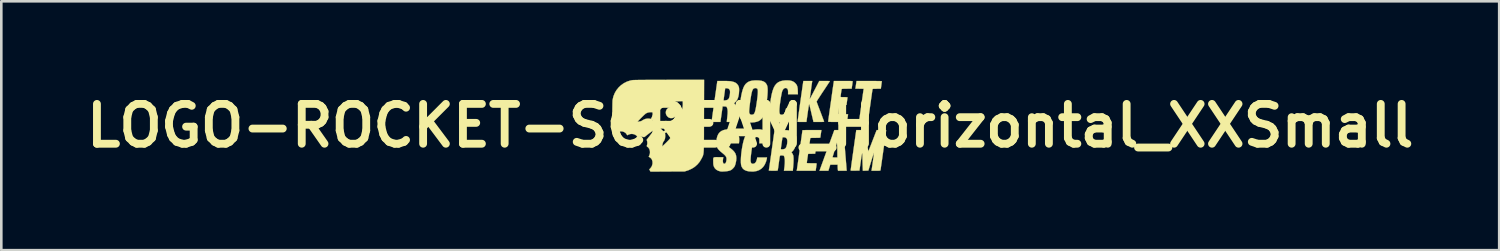
<source format=kicad_pcb>
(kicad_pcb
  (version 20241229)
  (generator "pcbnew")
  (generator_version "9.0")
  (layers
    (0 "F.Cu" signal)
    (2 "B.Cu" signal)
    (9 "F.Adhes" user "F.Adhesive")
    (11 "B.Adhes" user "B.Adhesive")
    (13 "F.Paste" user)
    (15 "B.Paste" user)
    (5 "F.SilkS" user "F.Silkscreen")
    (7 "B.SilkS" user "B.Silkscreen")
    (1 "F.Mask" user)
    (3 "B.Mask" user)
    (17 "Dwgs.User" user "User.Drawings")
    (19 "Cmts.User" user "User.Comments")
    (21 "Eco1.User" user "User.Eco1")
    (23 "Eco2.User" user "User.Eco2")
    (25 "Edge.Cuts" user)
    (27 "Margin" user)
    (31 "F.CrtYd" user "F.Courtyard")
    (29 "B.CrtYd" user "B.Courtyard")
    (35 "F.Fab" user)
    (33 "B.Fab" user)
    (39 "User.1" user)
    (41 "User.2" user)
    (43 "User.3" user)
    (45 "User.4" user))
  (footprint "LOGO-ROCKET-SCREAM_Horizontal_XXSmall"
    (layer "F.Cu")
    (at 25.661 1.761)
    (property "Reference" "LOGO-ROCKET-SCREAM_Horizontal_XXSmall" (at 0 0 0) (layer "F.SilkS") (effects (font (size 1.524 1.524) (thickness 0.3))))
    (attr through_hole)
    (fp_poly (pts (xy -2.985 -0.715) (xy -2.921 -0.696) (xy -2.918 -0.694) (xy -2.868 -0.659) (xy -2.832 -0.61) (xy -2.81 -0.553) (xy -2.805 -0.492) (xy -2.816 -0.432) (xy -2.844 -0.378) (xy -2.852 -0.368) (xy -2.907 -0.322) (xy -2.969 -0.295) (xy -3.037 -0.29) (xy -3.09 -0.3) (xy -3.132 -0.321) (xy -3.173 -0.358) (xy -3.206 -0.403) (xy -3.224 -0.444) (xy -3.232 -0.51) (xy -3.222 -0.57) (xy -3.195 -0.624) (xy -3.155 -0.667) (xy -3.104 -0.698) (xy -3.047 -0.715) (xy -2.985 -0.715)) (stroke (width 0.01) (type solid)) (fill yes) (layer "F.SilkS"))
    (fp_poly (pts (xy 4.653 -1.712) (xy 4.747 -1.711) (xy 4.831 -1.71) (xy 4.904 -1.709) (xy 4.963 -1.708) (xy 5.006 -1.706) (xy 5.031 -1.705) (xy 5.036 -1.703) (xy 5.035 -1.69) (xy 5.031 -1.659) (xy 5.025 -1.615) (xy 5.018 -1.562) (xy 5.017 -1.554) (xy 4.998 -1.414) (xy 4.842 -1.414) (xy 4.78 -1.413) (xy 4.737 -1.413) (xy 4.709 -1.411) (xy 4.692 -1.407) (xy 4.684 -1.401) (xy 4.68 -1.393) (xy 4.679 -1.389) (xy 4.676 -1.373) (xy 4.671 -1.338) (xy 4.663 -1.285) (xy 4.653 -1.217) (xy 4.642 -1.135) (xy 4.628 -1.041) (xy 4.614 -0.938) (xy 4.598 -0.827) (xy 4.588 -0.754) (xy 4.502 -0.144) (xy 4.333 -0.144) (xy 4.274 -0.144) (xy 4.225 -0.145) (xy 4.188 -0.147) (xy 4.167 -0.15) (xy 4.163 -0.152) (xy 4.165 -0.164) (xy 4.169 -0.196) (xy 4.176 -0.245) (xy 4.185 -0.309) (xy 4.195 -0.384) (xy 4.207 -0.47) (xy 4.22 -0.563) (xy 4.234 -0.661) (xy 4.248 -0.761) (xy 4.262 -0.861) (xy 4.276 -0.96) (xy 4.289 -1.053) (xy 4.302 -1.139) (xy 4.312 -1.216) (xy 4.322 -1.28) (xy 4.329 -1.331) (xy 4.334 -1.364) (xy 4.336 -1.377) (xy 4.342 -1.413) (xy 4.184 -1.416) (xy 4.025 -1.419) (xy 4.046 -1.565) (xy 4.068 -1.712) (xy 4.552 -1.712) (xy 4.653 -1.712)) (stroke (width 0.01) (type solid)) (fill yes) (layer "F.SilkS"))
    (fp_poly (pts (xy 3.46 0.166) (xy 3.507 0.167) (xy 3.539 0.169) (xy 3.557 0.172) (xy 3.565 0.177) (xy 3.567 0.182) (xy 3.568 0.196) (xy 3.571 0.23) (xy 3.575 0.282) (xy 3.58 0.35) (xy 3.587 0.434) (xy 3.595 0.529) (xy 3.603 0.636) (xy 3.613 0.752) (xy 3.623 0.874) (xy 3.628 0.934) (xy 3.638 1.06) (xy 3.648 1.179) (xy 3.657 1.291) (xy 3.665 1.393) (xy 3.673 1.484) (xy 3.679 1.561) (xy 3.683 1.622) (xy 3.687 1.666) (xy 3.688 1.691) (xy 3.689 1.695) (xy 3.689 1.723) (xy 3.36 1.723) (xy 3.353 1.681) (xy 3.35 1.648) (xy 3.347 1.603) (xy 3.346 1.565) (xy 3.346 1.491) (xy 3.063 1.491) (xy 3.026 1.607) (xy 2.99 1.723) (xy 2.651 1.723) (xy 2.692 1.609) (xy 2.703 1.578) (xy 2.721 1.529) (xy 2.745 1.463) (xy 2.774 1.384) (xy 2.808 1.291) (xy 2.841 1.201) (xy 3.15 1.201) (xy 3.153 1.208) (xy 3.171 1.212) (xy 3.207 1.214) (xy 3.24 1.215) (xy 3.335 1.215) (xy 3.334 1.013) (xy 3.333 0.942) (xy 3.331 0.871) (xy 3.329 0.807) (xy 3.327 0.756) (xy 3.325 0.729) (xy 3.319 0.646) (xy 3.237 0.917) (xy 3.214 0.991) (xy 3.194 1.058) (xy 3.176 1.116) (xy 3.162 1.161) (xy 3.153 1.19) (xy 3.15 1.201) (xy 2.841 1.201) (xy 2.845 1.189) (xy 2.885 1.08) (xy 2.927 0.964) (xy 2.971 0.845) (xy 2.976 0.83) (xy 3.219 0.166) (xy 3.393 0.166) (xy 3.46 0.166)) (stroke (width 0.01) (type solid)) (fill yes) (layer "F.SilkS"))
    (fp_poly (pts (xy 0.372 0.14) (xy 0.395 0.143) (xy 0.49 0.165) (xy 0.568 0.201) (xy 0.63 0.252) (xy 0.677 0.319) (xy 0.696 0.361) (xy 0.713 0.424) (xy 0.724 0.498) (xy 0.728 0.57) (xy 0.724 0.623) (xy 0.716 0.674) (xy 0.348 0.674) (xy 0.348 0.579) (xy 0.347 0.532) (xy 0.345 0.502) (xy 0.34 0.483) (xy 0.329 0.469) (xy 0.317 0.457) (xy 0.276 0.433) (xy 0.235 0.43) (xy 0.196 0.447) (xy 0.161 0.483) (xy 0.131 0.536) (xy 0.116 0.578) (xy 0.104 0.625) (xy 0.091 0.69) (xy 0.077 0.766) (xy 0.064 0.852) (xy 0.051 0.942) (xy 0.039 1.033) (xy 0.028 1.12) (xy 0.02 1.2) (xy 0.015 1.269) (xy 0.013 1.322) (xy 0.013 1.346) (xy 0.022 1.399) (xy 0.04 1.435) (xy 0.069 1.453) (xy 0.103 1.458) (xy 0.154 1.447) (xy 0.195 1.417) (xy 0.228 1.366) (xy 0.252 1.295) (xy 0.256 1.278) (xy 0.269 1.215) (xy 0.642 1.215) (xy 0.635 1.261) (xy 0.627 1.296) (xy 0.614 1.341) (xy 0.602 1.381) (xy 0.556 1.487) (xy 0.496 1.575) (xy 0.424 1.646) (xy 0.338 1.7) (xy 0.239 1.735) (xy 0.128 1.753) (xy 0.005 1.752) (xy -0.069 1.744) (xy -0.158 1.722) (xy -0.232 1.686) (xy -0.289 1.634) (xy -0.329 1.568) (xy -0.338 1.545) (xy -0.351 1.49) (xy -0.358 1.417) (xy -0.359 1.329) (xy -0.356 1.23) (xy -0.348 1.123) (xy -0.336 1.011) (xy -0.32 0.897) (xy -0.301 0.785) (xy -0.279 0.678) (xy -0.255 0.579) (xy -0.228 0.492) (xy -0.2 0.419) (xy -0.192 0.4) (xy -0.144 0.323) (xy -0.083 0.256) (xy -0.015 0.205) (xy 0.038 0.179) (xy 0.112 0.157) (xy 0.198 0.143) (xy 0.288 0.137) (xy 0.372 0.14)) (stroke (width 0.01) (type solid)) (fill yes) (layer "F.SilkS"))
    (fp_poly (pts (xy 1.49 -1.732) (xy 1.566 -1.719) (xy 1.63 -1.697) (xy 1.685 -1.663) (xy 1.725 -1.627) (xy 1.761 -1.585) (xy 1.787 -1.541) (xy 1.804 -1.49) (xy 1.815 -1.427) (xy 1.82 -1.348) (xy 1.82 -1.339) (xy 1.824 -1.204) (xy 1.447 -1.204) (xy 1.449 -1.28) (xy 1.446 -1.345) (xy 1.434 -1.392) (xy 1.412 -1.423) (xy 1.391 -1.436) (xy 1.346 -1.444) (xy 1.303 -1.432) (xy 1.266 -1.4) (xy 1.235 -1.351) (xy 1.22 -1.311) (xy 1.206 -1.258) (xy 1.192 -1.188) (xy 1.177 -1.105) (xy 1.162 -1.013) (xy 1.148 -0.918) (xy 1.136 -0.825) (xy 1.126 -0.736) (xy 1.119 -0.658) (xy 1.116 -0.595) (xy 1.115 -0.578) (xy 1.118 -0.514) (xy 1.125 -0.469) (xy 1.14 -0.441) (xy 1.164 -0.425) (xy 1.197 -0.42) (xy 1.2 -0.42) (xy 1.242 -0.424) (xy 1.276 -0.438) (xy 1.304 -0.466) (xy 1.327 -0.508) (xy 1.347 -0.568) (xy 1.363 -0.632) (xy 1.37 -0.663) (xy 1.745 -0.663) (xy 1.739 -0.632) (xy 1.724 -0.572) (xy 1.704 -0.507) (xy 1.683 -0.446) (xy 1.662 -0.398) (xy 1.66 -0.393) (xy 1.626 -0.339) (xy 1.579 -0.284) (xy 1.526 -0.232) (xy 1.473 -0.192) (xy 1.458 -0.183) (xy 1.386 -0.154) (xy 1.298 -0.134) (xy 1.201 -0.124) (xy 1.1 -0.125) (xy 1.016 -0.134) (xy 0.931 -0.157) (xy 0.86 -0.196) (xy 0.805 -0.25) (xy 0.767 -0.317) (xy 0.75 -0.373) (xy 0.743 -0.432) (xy 0.74 -0.509) (xy 0.742 -0.6) (xy 0.749 -0.703) (xy 0.759 -0.814) (xy 0.773 -0.928) (xy 0.791 -1.044) (xy 0.812 -1.158) (xy 0.824 -1.215) (xy 0.858 -1.342) (xy 0.897 -1.449) (xy 0.944 -1.536) (xy 1.001 -1.606) (xy 1.067 -1.66) (xy 1.145 -1.698) (xy 1.237 -1.722) (xy 1.343 -1.734) (xy 1.396 -1.735) (xy 1.49 -1.732)) (stroke (width 0.01) (type solid)) (fill yes) (layer "F.SilkS"))
    (fp_poly (pts (xy 2.704 0.301) (xy 2.696 0.354) (xy 2.69 0.4) (xy 2.686 0.433) (xy 2.684 0.45) (xy 2.684 0.45) (xy 2.678 0.455) (xy 2.66 0.459) (xy 2.628 0.462) (xy 2.578 0.463) (xy 2.51 0.464) (xy 2.49 0.464) (xy 2.415 0.464) (xy 2.357 0.466) (xy 2.318 0.469) (xy 2.299 0.473) (xy 2.297 0.475) (xy 2.296 0.49) (xy 2.291 0.521) (xy 2.286 0.564) (xy 2.279 0.613) (xy 2.271 0.662) (xy 2.265 0.707) (xy 2.259 0.742) (xy 2.258 0.748) (xy 2.252 0.784) (xy 2.526 0.784) (xy 2.511 0.892) (xy 2.504 0.943) (xy 2.497 0.989) (xy 2.492 1.024) (xy 2.49 1.035) (xy 2.484 1.071) (xy 2.349 1.074) (xy 2.214 1.077) (xy 2.19 1.237) (xy 2.181 1.295) (xy 2.174 1.347) (xy 2.169 1.387) (xy 2.166 1.412) (xy 2.165 1.416) (xy 2.167 1.423) (xy 2.173 1.429) (xy 2.189 1.432) (xy 2.215 1.434) (xy 2.256 1.435) (xy 2.315 1.436) (xy 2.352 1.436) (xy 2.421 1.436) (xy 2.471 1.437) (xy 2.504 1.438) (xy 2.525 1.441) (xy 2.536 1.445) (xy 2.54 1.451) (xy 2.54 1.455) (xy 2.539 1.473) (xy 2.534 1.508) (xy 2.528 1.554) (xy 2.522 1.599) (xy 2.503 1.723) (xy 1.778 1.723) (xy 1.783 1.698) (xy 1.786 1.684) (xy 1.791 1.65) (xy 1.798 1.599) (xy 1.808 1.533) (xy 1.819 1.454) (xy 1.832 1.364) (xy 1.846 1.265) (xy 1.861 1.159) (xy 1.876 1.049) (xy 1.892 0.937) (xy 1.908 0.825) (xy 1.924 0.715) (xy 1.938 0.61) (xy 1.952 0.511) (xy 1.965 0.42) (xy 1.976 0.34) (xy 1.985 0.274) (xy 1.992 0.222) (xy 1.997 0.188) (xy 1.999 0.173) (xy 1.999 0.173) (xy 2.009 0.171) (xy 2.04 0.17) (xy 2.087 0.168) (xy 2.148 0.167) (xy 2.221 0.166) (xy 2.304 0.166) (xy 2.361 0.166) (xy 2.724 0.166) (xy 2.704 0.301)) (stroke (width 0.01) (type solid)) (fill yes) (layer "F.SilkS"))
    (fp_poly (pts (xy 0.346 -1.73) (xy 0.433 -1.718) (xy 0.503 -1.696) (xy 0.558 -1.664) (xy 0.602 -1.62) (xy 0.635 -1.563) (xy 0.648 -1.534) (xy 0.658 -1.49) (xy 0.665 -1.426) (xy 0.667 -1.348) (xy 0.664 -1.256) (xy 0.658 -1.156) (xy 0.647 -1.049) (xy 0.636 -0.961) (xy 0.615 -0.826) (xy 0.596 -0.711) (xy 0.577 -0.613) (xy 0.558 -0.53) (xy 0.539 -0.461) (xy 0.519 -0.403) (xy 0.497 -0.353) (xy 0.492 -0.343) (xy 0.454 -0.287) (xy 0.402 -0.234) (xy 0.344 -0.191) (xy 0.311 -0.173) (xy 0.243 -0.15) (xy 0.161 -0.133) (xy 0.069 -0.124) (xy -0.025 -0.122) (xy -0.116 -0.129) (xy -0.149 -0.133) (xy -0.224 -0.152) (xy -0.286 -0.18) (xy -0.335 -0.221) (xy -0.373 -0.274) (xy -0.398 -0.341) (xy -0.413 -0.423) (xy -0.418 -0.523) (xy -0.417 -0.541) (xy -0.042 -0.541) (xy -0.04 -0.505) (xy -0.039 -0.502) (xy -0.028 -0.469) (xy -0.011 -0.442) (xy -0.01 -0.441) (xy 0.02 -0.425) (xy 0.061 -0.42) (xy 0.104 -0.428) (xy 0.115 -0.432) (xy 0.135 -0.446) (xy 0.152 -0.468) (xy 0.169 -0.501) (xy 0.185 -0.546) (xy 0.2 -0.605) (xy 0.215 -0.68) (xy 0.231 -0.773) (xy 0.248 -0.884) (xy 0.26 -0.968) (xy 0.276 -1.095) (xy 0.287 -1.201) (xy 0.291 -1.285) (xy 0.29 -1.349) (xy 0.282 -1.392) (xy 0.272 -1.412) (xy 0.236 -1.436) (xy 0.192 -1.442) (xy 0.15 -1.431) (xy 0.127 -1.418) (xy 0.107 -1.398) (xy 0.089 -1.368) (xy 0.073 -1.327) (xy 0.057 -1.273) (xy 0.042 -1.204) (xy 0.027 -1.117) (xy 0.01 -1.01) (xy 0.007 -0.988) (xy -0.01 -0.868) (xy -0.023 -0.762) (xy -0.033 -0.671) (xy -0.039 -0.597) (xy -0.042 -0.541) (xy -0.417 -0.541) (xy -0.413 -0.64) (xy -0.404 -0.729) (xy -0.383 -0.899) (xy -0.361 -1.048) (xy -0.338 -1.178) (xy -0.313 -1.289) (xy -0.286 -1.384) (xy -0.257 -1.463) (xy -0.225 -1.527) (xy -0.19 -1.579) (xy -0.176 -1.596) (xy -0.123 -1.645) (xy -0.066 -1.682) (xy -0.000357 -1.708) (xy 0.077 -1.725) (xy 0.169 -1.733) (xy 0.241 -1.735) (xy 0.346 -1.73)) (stroke (width 0.01) (type solid)) (fill yes) (layer "F.SilkS"))
    (fp_poly (pts (xy -0.705 0.145) (xy -0.623 0.166) (xy -0.556 0.2) (xy -0.505 0.245) (xy -0.5 0.25) (xy -0.465 0.311) (xy -0.439 0.387) (xy -0.424 0.472) (xy -0.421 0.56) (xy -0.425 0.611) (xy -0.432 0.674) (xy -0.803 0.674) (xy -0.798 0.566) (xy -0.796 0.507) (xy -0.799 0.467) (xy -0.809 0.443) (xy -0.825 0.433) (xy -0.849 0.432) (xy -0.851 0.433) (xy -0.882 0.448) (xy -0.906 0.484) (xy -0.925 0.538) (xy -0.93 0.56) (xy -0.936 0.616) (xy -0.932 0.664) (xy -0.916 0.708) (xy -0.885 0.752) (xy -0.838 0.798) (xy -0.774 0.85) (xy -0.701 0.908) (xy -0.645 0.96) (xy -0.603 1.009) (xy -0.573 1.056) (xy -0.565 1.071) (xy -0.54 1.148) (xy -0.531 1.237) (xy -0.538 1.338) (xy -0.56 1.446) (xy -0.576 1.502) (xy -0.594 1.547) (xy -0.617 1.585) (xy -0.651 1.624) (xy -0.662 1.636) (xy -0.701 1.672) (xy -0.735 1.696) (xy -0.774 1.713) (xy -0.801 1.722) (xy -0.846 1.733) (xy -0.905 1.742) (xy -0.969 1.748) (xy -1.033 1.752) (xy -1.09 1.753) (xy -1.132 1.75) (xy -1.137 1.749) (xy -1.227 1.723) (xy -1.299 1.683) (xy -1.354 1.629) (xy -1.391 1.562) (xy -1.392 1.559) (xy -1.404 1.524) (xy -1.411 1.487) (xy -1.415 1.442) (xy -1.416 1.383) (xy -1.416 1.374) (xy -1.417 1.314) (xy -1.416 1.269) (xy -1.411 1.239) (xy -1.398 1.219) (xy -1.376 1.209) (xy -1.34 1.204) (xy -1.289 1.203) (xy -1.218 1.204) (xy -1.031 1.204) (xy -1.039 1.256) (xy -1.048 1.33) (xy -1.046 1.388) (xy -1.034 1.429) (xy -1.014 1.451) (xy -0.983 1.455) (xy -0.979 1.454) (xy -0.949 1.435) (xy -0.927 1.396) (xy -0.912 1.336) (xy -0.909 1.309) (xy -0.907 1.262) (xy -0.913 1.221) (xy -0.928 1.184) (xy -0.955 1.147) (xy -0.995 1.106) (xy -1.051 1.058) (xy -1.077 1.037) (xy -1.155 0.971) (xy -1.214 0.911) (xy -1.256 0.853) (xy -1.284 0.794) (xy -1.298 0.729) (xy -1.301 0.656) (xy -1.299 0.619) (xy -1.285 0.501) (xy -1.259 0.402) (xy -1.222 0.32) (xy -1.171 0.255) (xy -1.107 0.205) (xy -1.028 0.169) (xy -0.933 0.147) (xy -0.901 0.142) (xy -0.798 0.137) (xy -0.705 0.145)) (stroke (width 0.01) (type solid)) (fill yes) (layer "F.SilkS"))
    (fp_poly (pts (xy 3.66 -1.712) (xy 3.739 -1.711) (xy 3.8 -1.711) (xy 3.846 -1.71) (xy 3.878 -1.708) (xy 3.9 -1.706) (xy 3.912 -1.703) (xy 3.918 -1.699) (xy 3.92 -1.693) (xy 3.92 -1.692) (xy 3.918 -1.674) (xy 3.913 -1.639) (xy 3.907 -1.593) (xy 3.9 -1.546) (xy 3.881 -1.419) (xy 3.691 -1.416) (xy 3.622 -1.415) (xy 3.572 -1.414) (xy 3.538 -1.412) (xy 3.517 -1.409) (xy 3.504 -1.404) (xy 3.499 -1.398) (xy 3.496 -1.389) (xy 3.496 -1.388) (xy 3.492 -1.365) (xy 3.486 -1.327) (xy 3.479 -1.281) (xy 3.472 -1.231) (xy 3.465 -1.183) (xy 3.46 -1.143) (xy 3.457 -1.116) (xy 3.457 -1.11) (xy 3.46 -1.103) (xy 3.473 -1.098) (xy 3.499 -1.095) (xy 3.54 -1.094) (xy 3.589 -1.093) (xy 3.64 -1.093) (xy 3.682 -1.091) (xy 3.711 -1.088) (xy 3.722 -1.085) (xy 3.722 -1.085) (xy 3.721 -1.072) (xy 3.717 -1.041) (xy 3.711 -0.996) (xy 3.704 -0.944) (xy 3.703 -0.936) (xy 3.684 -0.795) (xy 3.413 -0.795) (xy 3.407 -0.759) (xy 3.402 -0.725) (xy 3.395 -0.679) (xy 3.388 -0.627) (xy 3.381 -0.574) (xy 3.375 -0.526) (xy 3.37 -0.488) (xy 3.368 -0.465) (xy 3.368 -0.462) (xy 3.37 -0.455) (xy 3.376 -0.449) (xy 3.39 -0.446) (xy 3.416 -0.443) (xy 3.455 -0.442) (xy 3.511 -0.442) (xy 3.556 -0.442) (xy 3.618 -0.441) (xy 3.671 -0.441) (xy 3.712 -0.439) (xy 3.737 -0.438) (xy 3.744 -0.437) (xy 3.742 -0.422) (xy 3.738 -0.391) (xy 3.732 -0.35) (xy 3.725 -0.302) (xy 3.718 -0.255) (xy 3.712 -0.213) (xy 3.707 -0.182) (xy 3.705 -0.168) (xy 3.699 -0.144) (xy 3.34 -0.144) (xy 3.233 -0.144) (xy 3.146 -0.145) (xy 3.079 -0.146) (xy 3.03 -0.148) (xy 2.999 -0.151) (xy 2.984 -0.154) (xy 2.982 -0.156) (xy 2.983 -0.169) (xy 2.988 -0.202) (xy 2.994 -0.252) (xy 3.003 -0.318) (xy 3.014 -0.397) (xy 3.027 -0.487) (xy 3.041 -0.586) (xy 3.055 -0.691) (xy 3.071 -0.801) (xy 3.087 -0.913) (xy 3.103 -1.026) (xy 3.118 -1.136) (xy 3.133 -1.242) (xy 3.147 -1.342) (xy 3.16 -1.434) (xy 3.172 -1.514) (xy 3.182 -1.582) (xy 3.19 -1.635) (xy 3.195 -1.67) (xy 3.197 -1.687) (xy 3.198 -1.687) (xy 3.203 -1.712) (xy 3.562 -1.712) (xy 3.66 -1.712)) (stroke (width 0.01) (type solid)) (fill yes) (layer "F.SilkS"))
    (fp_poly (pts (xy 4.467 0.574) (xy 4.477 0.667) (xy 4.487 0.752) (xy 4.495 0.827) (xy 4.503 0.89) (xy 4.509 0.939) (xy 4.514 0.97) (xy 4.516 0.983) (xy 4.516 0.983) (xy 4.522 0.973) (xy 4.534 0.945) (xy 4.552 0.903) (xy 4.574 0.848) (xy 4.599 0.784) (xy 4.615 0.743) (xy 4.647 0.661) (xy 4.68 0.574) (xy 4.714 0.488) (xy 4.745 0.408) (xy 4.77 0.343) (xy 4.773 0.334) (xy 4.839 0.166) (xy 5.02 0.166) (xy 5.081 0.166) (xy 5.133 0.167) (xy 5.172 0.169) (xy 5.196 0.171) (xy 5.201 0.172) (xy 5.2 0.185) (xy 5.196 0.217) (xy 5.189 0.267) (xy 5.18 0.333) (xy 5.169 0.411) (xy 5.156 0.5) (xy 5.143 0.599) (xy 5.128 0.704) (xy 5.112 0.813) (xy 5.096 0.925) (xy 5.081 1.037) (xy 5.065 1.147) (xy 5.05 1.253) (xy 5.036 1.353) (xy 5.023 1.444) (xy 5.011 1.525) (xy 5.001 1.593) (xy 4.994 1.645) (xy 4.988 1.681) (xy 4.986 1.697) (xy 4.986 1.698) (xy 4.983 1.707) (xy 4.977 1.714) (xy 4.965 1.718) (xy 4.943 1.721) (xy 4.908 1.722) (xy 4.856 1.723) (xy 4.811 1.723) (xy 4.642 1.723) (xy 4.69 1.389) (xy 4.702 1.305) (xy 4.713 1.228) (xy 4.722 1.16) (xy 4.729 1.104) (xy 4.733 1.064) (xy 4.735 1.042) (xy 4.735 1.038) (xy 4.731 1.045) (xy 4.722 1.07) (xy 4.708 1.111) (xy 4.689 1.167) (xy 4.668 1.234) (xy 4.644 1.312) (xy 4.626 1.37) (xy 4.52 1.717) (xy 4.31 1.724) (xy 4.303 1.566) (xy 4.3 1.491) (xy 4.298 1.406) (xy 4.296 1.319) (xy 4.295 1.242) (xy 4.294 1.182) (xy 4.292 1.127) (xy 4.29 1.084) (xy 4.287 1.055) (xy 4.286 1.049) (xy 4.282 1.051) (xy 4.276 1.074) (xy 4.267 1.119) (xy 4.257 1.183) (xy 4.244 1.267) (xy 4.229 1.369) (xy 4.179 1.717) (xy 4.011 1.72) (xy 3.944 1.721) (xy 3.896 1.721) (xy 3.865 1.719) (xy 3.848 1.715) (xy 3.843 1.709) (xy 3.843 1.709) (xy 3.844 1.696) (xy 3.849 1.663) (xy 3.856 1.612) (xy 3.865 1.544) (xy 3.876 1.461) (xy 3.889 1.366) (xy 3.904 1.259) (xy 3.92 1.143) (xy 3.938 1.02) (xy 3.95 0.93) (xy 4.058 0.166) (xy 4.424 0.166) (xy 4.467 0.574)) (stroke (width 0.01) (type solid)) (fill yes) (layer "F.SilkS"))
    (fp_poly (pts (xy -0.915 -1.711) (xy -0.823 -1.707) (xy -0.753 -1.702) (xy -0.714 -1.696) (xy -0.626 -1.673) (xy -0.556 -1.641) (xy -0.503 -1.597) (xy -0.463 -1.542) (xy -0.454 -1.525) (xy -0.441 -1.495) (xy -0.433 -1.468) (xy -0.428 -1.437) (xy -0.426 -1.397) (xy -0.426 -1.342) (xy -0.434 -1.222) (xy -0.454 -1.115) (xy -0.485 -1.024) (xy -0.529 -0.948) (xy -0.582 -0.891) (xy -0.597 -0.879) (xy -0.621 -0.863) (xy -0.593 -0.829) (xy -0.57 -0.795) (xy -0.551 -0.757) (xy -0.55 -0.754) (xy -0.543 -0.72) (xy -0.538 -0.666) (xy -0.536 -0.596) (xy -0.536 -0.512) (xy -0.539 -0.417) (xy -0.544 -0.314) (xy -0.546 -0.295) (xy -0.556 -0.144) (xy -0.895 -0.144) (xy -0.895 -0.172) (xy -0.893 -0.193) (xy -0.89 -0.231) (xy -0.884 -0.281) (xy -0.878 -0.337) (xy -0.877 -0.346) (xy -0.866 -0.46) (xy -0.864 -0.555) (xy -0.871 -0.63) (xy -0.888 -0.686) (xy -0.89 -0.691) (xy -0.902 -0.714) (xy -0.914 -0.728) (xy -0.933 -0.734) (xy -0.965 -0.737) (xy -0.984 -0.738) (xy -1.056 -0.741) (xy -1.099 -0.442) (xy -1.141 -0.144) (xy -1.31 -0.144) (xy -1.369 -0.144) (xy -1.418 -0.145) (xy -1.456 -0.147) (xy -1.477 -0.149) (xy -1.48 -0.15) (xy -1.478 -0.163) (xy -1.474 -0.194) (xy -1.467 -0.244) (xy -1.458 -0.308) (xy -1.447 -0.386) (xy -1.435 -0.475) (xy -1.421 -0.573) (xy -1.406 -0.678) (xy -1.391 -0.787) (xy -1.375 -0.899) (xy -1.365 -0.969) (xy -1.019 -0.969) (xy -1.019 -0.967) (xy -1.005 -0.965) (xy -0.977 -0.968) (xy -0.942 -0.972) (xy -0.907 -0.979) (xy -0.886 -0.985) (xy -0.854 -1.002) (xy -0.829 -1.027) (xy -0.809 -1.066) (xy -0.792 -1.121) (xy -0.78 -1.185) (xy -0.774 -1.253) (xy -0.773 -1.278) (xy -0.774 -1.321) (xy -0.778 -1.35) (xy -0.787 -1.371) (xy -0.803 -1.391) (xy -0.804 -1.393) (xy -0.828 -1.415) (xy -0.853 -1.427) (xy -0.89 -1.432) (xy -0.896 -1.433) (xy -0.957 -1.438) (xy -0.99 -1.205) (xy -0.999 -1.136) (xy -1.008 -1.074) (xy -1.014 -1.024) (xy -1.018 -0.988) (xy -1.019 -0.969) (xy -1.365 -0.969) (xy -1.359 -1.011) (xy -1.344 -1.121) (xy -1.329 -1.227) (xy -1.314 -1.327) (xy -1.301 -1.419) (xy -1.29 -1.5) (xy -1.28 -1.568) (xy -1.272 -1.622) (xy -1.267 -1.658) (xy -1.264 -1.676) (xy -1.264 -1.676) (xy -1.258 -1.712) (xy -1.028 -1.712) (xy -0.915 -1.711)) (stroke (width 0.01) (type solid)) (fill yes) (layer "F.SilkS"))
    (fp_poly (pts (xy 2.369 -1.687) (xy 2.366 -1.67) (xy 2.361 -1.633) (xy 2.353 -1.582) (xy 2.344 -1.518) (xy 2.334 -1.445) (xy 2.325 -1.375) (xy 2.314 -1.296) (xy 2.304 -1.223) (xy 2.295 -1.159) (xy 2.287 -1.107) (xy 2.282 -1.071) (xy 2.279 -1.055) (xy 2.277 -1.033) (xy 2.283 -1.032) (xy 2.284 -1.033) (xy 2.291 -1.045) (xy 2.308 -1.074) (xy 2.332 -1.118) (xy 2.362 -1.175) (xy 2.398 -1.242) (xy 2.437 -1.317) (xy 2.469 -1.378) (xy 2.642 -1.712) (xy 2.845 -1.712) (xy 2.909 -1.711) (xy 2.965 -1.711) (xy 3.009 -1.709) (xy 3.038 -1.708) (xy 3.048 -1.706) (xy 3.042 -1.696) (xy 3.025 -1.669) (xy 2.998 -1.629) (xy 2.963 -1.575) (xy 2.921 -1.511) (xy 2.873 -1.438) (xy 2.82 -1.359) (xy 2.794 -1.32) (xy 2.739 -1.238) (xy 2.689 -1.161) (xy 2.644 -1.091) (xy 2.605 -1.032) (xy 2.574 -0.983) (xy 2.553 -0.948) (xy 2.541 -0.928) (xy 2.54 -0.925) (xy 2.544 -0.912) (xy 2.555 -0.88) (xy 2.572 -0.833) (xy 2.594 -0.773) (xy 2.621 -0.701) (xy 2.652 -0.621) (xy 2.684 -0.537) (xy 2.717 -0.45) (xy 2.747 -0.371) (xy 2.773 -0.3) (xy 2.796 -0.241) (xy 2.813 -0.195) (xy 2.823 -0.165) (xy 2.827 -0.153) (xy 2.817 -0.15) (xy 2.788 -0.147) (xy 2.743 -0.145) (xy 2.687 -0.144) (xy 2.624 -0.144) (xy 2.421 -0.144) (xy 2.383 -0.306) (xy 2.365 -0.379) (xy 2.345 -0.464) (xy 2.325 -0.551) (xy 2.306 -0.631) (xy 2.302 -0.649) (xy 2.287 -0.708) (xy 2.274 -0.759) (xy 2.264 -0.799) (xy 2.256 -0.823) (xy 2.253 -0.828) (xy 2.25 -0.818) (xy 2.244 -0.788) (xy 2.237 -0.742) (xy 2.227 -0.681) (xy 2.216 -0.609) (xy 2.204 -0.529) (xy 2.198 -0.486) (xy 2.15 -0.144) (xy 1.981 -0.144) (xy 1.922 -0.144) (xy 1.873 -0.145) (xy 1.835 -0.147) (xy 1.814 -0.149) (xy 1.811 -0.151) (xy 1.813 -0.163) (xy 1.817 -0.194) (xy 1.824 -0.244) (xy 1.833 -0.309) (xy 1.844 -0.386) (xy 1.856 -0.476) (xy 1.87 -0.573) (xy 1.885 -0.678) (xy 1.9 -0.787) (xy 1.916 -0.899) (xy 1.932 -1.011) (xy 1.947 -1.121) (xy 1.962 -1.227) (xy 1.977 -1.327) (xy 1.99 -1.419) (xy 2.001 -1.5) (xy 2.011 -1.568) (xy 2.019 -1.622) (xy 2.024 -1.658) (xy 2.027 -1.676) (xy 2.027 -1.676) (xy 2.033 -1.712) (xy 2.375 -1.712) (xy 2.369 -1.687)) (stroke (width 0.01) (type solid)) (fill yes) (layer "F.SilkS"))
    (fp_poly (pts (xy 1.175 0.166) (xy 1.286 0.167) (xy 1.378 0.17) (xy 1.453 0.176) (xy 1.514 0.186) (xy 1.565 0.2) (xy 1.607 0.218) (xy 1.644 0.241) (xy 1.677 0.269) (xy 1.714 0.309) (xy 1.739 0.353) (xy 1.755 0.404) (xy 1.763 0.47) (xy 1.765 0.499) (xy 1.763 0.602) (xy 1.75 0.701) (xy 1.726 0.794) (xy 1.693 0.875) (xy 1.651 0.941) (xy 1.623 0.973) (xy 1.578 1.014) (xy 1.606 1.055) (xy 1.627 1.092) (xy 1.644 1.131) (xy 1.646 1.139) (xy 1.653 1.183) (xy 1.657 1.247) (xy 1.657 1.328) (xy 1.654 1.422) (xy 1.647 1.529) (xy 1.645 1.555) (xy 1.63 1.723) (xy 1.29 1.723) (xy 1.296 1.681) (xy 1.312 1.561) (xy 1.321 1.453) (xy 1.324 1.358) (xy 1.321 1.278) (xy 1.311 1.216) (xy 1.299 1.179) (xy 1.287 1.156) (xy 1.275 1.144) (xy 1.256 1.139) (xy 1.225 1.138) (xy 1.208 1.137) (xy 1.186 1.137) (xy 1.169 1.136) (xy 1.155 1.139) (xy 1.145 1.146) (xy 1.136 1.161) (xy 1.129 1.185) (xy 1.122 1.222) (xy 1.115 1.274) (xy 1.105 1.342) (xy 1.093 1.43) (xy 1.083 1.502) (xy 1.074 1.568) (xy 1.066 1.624) (xy 1.059 1.667) (xy 1.055 1.693) (xy 1.054 1.698) (xy 1.051 1.707) (xy 1.046 1.714) (xy 1.033 1.718) (xy 1.012 1.721) (xy 0.977 1.722) (xy 0.925 1.723) (xy 0.878 1.723) (xy 0.81 1.722) (xy 0.762 1.721) (xy 0.732 1.719) (xy 0.716 1.715) (xy 0.712 1.709) (xy 0.712 1.709) (xy 0.714 1.696) (xy 0.719 1.663) (xy 0.727 1.612) (xy 0.737 1.544) (xy 0.749 1.461) (xy 0.762 1.366) (xy 0.777 1.259) (xy 0.794 1.143) (xy 0.811 1.02) (xy 0.824 0.93) (xy 0.829 0.891) (xy 1.171 0.891) (xy 1.18 0.901) (xy 1.205 0.905) (xy 1.239 0.904) (xy 1.276 0.898) (xy 1.31 0.889) (xy 1.33 0.879) (xy 1.362 0.847) (xy 1.387 0.795) (xy 1.406 0.723) (xy 1.414 0.674) (xy 1.42 0.594) (xy 1.413 0.532) (xy 1.393 0.487) (xy 1.36 0.458) (xy 1.312 0.443) (xy 1.284 0.442) (xy 1.253 0.444) (xy 1.238 0.451) (xy 1.231 0.467) (xy 1.228 0.487) (xy 1.222 0.523) (xy 1.214 0.572) (xy 1.206 0.629) (xy 1.197 0.69) (xy 1.189 0.75) (xy 1.181 0.804) (xy 1.175 0.849) (xy 1.172 0.88) (xy 1.171 0.891) (xy 0.829 0.891) (xy 0.931 0.166) (xy 1.175 0.166)) (stroke (width 0.01) (type solid)) (fill yes) (layer "F.SilkS"))
    (fp_poly (pts (xy -1.77 -0.367) (xy -1.77 -0.16) (xy -1.771 0.027) (xy -1.771 0.193) (xy -1.771 0.342) (xy -1.772 0.473) (xy -1.773 0.588) (xy -1.774 0.689) (xy -1.775 0.776) (xy -1.777 0.851) (xy -1.779 0.915) (xy -1.782 0.969) (xy -1.785 1.014) (xy -1.789 1.052) (xy -1.794 1.084) (xy -1.8 1.111) (xy -1.806 1.135) (xy -1.814 1.156) (xy -1.822 1.176) (xy -1.832 1.196) (xy -1.842 1.217) (xy -1.854 1.24) (xy -1.861 1.253) (xy -1.931 1.374) (xy -2.018 1.479) (xy -2.12 1.57) (xy -2.237 1.645) (xy -2.367 1.704) (xy -2.413 1.719) (xy -2.512 1.75) (xy -3.164 1.753) (xy -3.816 1.757) (xy -3.84 1.714) (xy -3.864 1.671) (xy -3.827 1.635) (xy -3.783 1.579) (xy -3.754 1.513) (xy -3.739 1.443) (xy -3.741 1.373) (xy -3.759 1.309) (xy -3.768 1.29) (xy -3.789 1.26) (xy -3.814 1.234) (xy -3.85 1.208) (xy -3.884 1.187) (xy -3.881 1.178) (xy -3.871 1.154) (xy -3.862 1.137) (xy -3.841 1.074) (xy -3.836 1.005) (xy -3.846 0.937) (xy -3.868 0.881) (xy -3.892 0.847) (xy -3.919 0.819) (xy -3.932 0.81) (xy -3.955 0.79) (xy -3.956 0.79) (xy -3.374 0.79) (xy -3.369 0.789) (xy -3.351 0.774) (xy -3.321 0.748) (xy -3.283 0.712) (xy -3.237 0.668) (xy -3.221 0.652) (xy -3.163 0.594) (xy -3.118 0.547) (xy -3.085 0.51) (xy -3.061 0.479) (xy -3.043 0.452) (xy -3.031 0.427) (xy -3.016 0.392) (xy -3.008 0.362) (xy -3.005 0.33) (xy -3.005 0.286) (xy -3.006 0.264) (xy -3.009 0.219) (xy -3.013 0.184) (xy -3.017 0.162) (xy -3.018 0.158) (xy -3.032 0.159) (xy -3.056 0.169) (xy -3.068 0.175) (xy -3.098 0.192) (xy -3.14 0.215) (xy -3.184 0.238) (xy -3.189 0.24) (xy -3.229 0.261) (xy -3.252 0.276) (xy -3.262 0.288) (xy -3.262 0.3) (xy -3.261 0.303) (xy -3.257 0.325) (xy -3.254 0.361) (xy -3.253 0.405) (xy -3.253 0.409) (xy -3.262 0.491) (xy -3.288 0.562) (xy -3.324 0.613) (xy -3.336 0.636) (xy -3.348 0.671) (xy -3.355 0.701) (xy -3.363 0.741) (xy -3.37 0.774) (xy -3.374 0.79) (xy -3.956 0.79) (xy -3.959 0.773) (xy -3.939 0.696) (xy -3.94 0.623) (xy -3.946 0.595) (xy -3.963 0.538) (xy -3.872 0.421) (xy -3.813 0.345) (xy -3.767 0.285) (xy -3.756 0.271) (xy -3.291 0.271) (xy -3.285 0.276) (xy -3.28 0.271) (xy -3.285 0.265) (xy -3.291 0.271) (xy -3.756 0.271) (xy -3.732 0.239) (xy -3.707 0.205) (xy -3.691 0.181) (xy -3.682 0.167) (xy -3.68 0.16) (xy -3.681 0.159) (xy -3.691 0.164) (xy -3.715 0.18) (xy -3.751 0.205) (xy -3.796 0.238) (xy -3.847 0.276) (xy -3.901 0.317) (xy -3.956 0.359) (xy -4.007 0.4) (xy -4.021 0.411) (xy -4.047 0.43) (xy -4.067 0.436) (xy -4.088 0.432) (xy -4.093 0.43) (xy -4.131 0.422) (xy -4.18 0.419) (xy -4.231 0.421) (xy -4.272 0.428) (xy -4.279 0.431) (xy -4.3 0.437) (xy -4.314 0.434) (xy -4.327 0.418) (xy -4.341 0.395) (xy -4.356 0.379) (xy -4.384 0.358) (xy -4.404 0.345) (xy -4.463 0.322) (xy -4.531 0.313) (xy -4.599 0.32) (xy -4.657 0.34) (xy -4.685 0.354) (xy -4.703 0.363) (xy -4.707 0.364) (xy -4.714 0.356) (xy -4.727 0.334) (xy -4.731 0.326) (xy -4.766 0.282) (xy -4.818 0.246) (xy -4.88 0.221) (xy -4.883 0.22) (xy -4.948 0.215) (xy -5.017 0.226) (xy -5.085 0.252) (xy -5.144 0.292) (xy -5.167 0.313) (xy -5.193 0.341) (xy -5.236 0.317) (xy -5.279 0.293) (xy -5.279 -0.149) (xy -4.314 -0.149) (xy -4.312 -0.149) (xy -4.289 -0.154) (xy -4.254 -0.16) (xy -4.23 -0.163) (xy -4.179 -0.174) (xy -4.134 -0.197) (xy -3.736 -0.197) (xy -3.65 -0.11) (xy -3.564 -0.024) (xy -3.486 -0.078) (xy -3.438 -0.11) (xy -3.407 -0.128) (xy -3.391 -0.13) (xy -3.391 -0.117) (xy -3.406 -0.088) (xy -3.436 -0.044) (xy -3.44 -0.038) (xy -3.464 -0.004) (xy -3.481 0.023) (xy -3.489 0.039) (xy -3.49 0.04) (xy -3.482 0.052) (xy -3.463 0.074) (xy -3.435 0.104) (xy -3.404 0.136) (xy -3.372 0.166) (xy -3.345 0.191) (xy -3.326 0.207) (xy -3.321 0.21) (xy -3.307 0.205) (xy -3.279 0.193) (xy -3.241 0.175) (xy -3.22 0.165) (xy -3.094 0.091) (xy -2.977 -0.000376) (xy -2.87 -0.106) (xy -2.777 -0.224) (xy -2.7 -0.35) (xy -2.64 -0.482) (xy -2.612 -0.573) (xy -2.599 -0.635) (xy -2.589 -0.706) (xy -2.582 -0.777) (xy -2.58 -0.841) (xy -2.581 -0.882) (xy -2.587 -0.941) (xy -2.732 -0.936) (xy -2.832 -0.929) (xy -2.919 -0.915) (xy -3 -0.894) (xy -3.083 -0.861) (xy -3.143 -0.834) (xy -3.278 -0.757) (xy -3.402 -0.663) (xy -3.513 -0.553) (xy -3.609 -0.431) (xy -3.687 -0.299) (xy -3.697 -0.28) (xy -3.736 -0.197) (xy -4.134 -0.197) (xy -4.134 -0.197) (xy -4.122 -0.206) (xy -4.062 -0.241) (xy -3.994 -0.264) (xy -3.923 -0.274) (xy -3.856 -0.27) (xy -3.819 -0.26) (xy -3.807 -0.26) (xy -3.793 -0.275) (xy -3.776 -0.308) (xy -3.774 -0.313) (xy -3.752 -0.356) (xy -3.725 -0.405) (xy -3.707 -0.434) (xy -3.668 -0.495) (xy -3.702 -0.507) (xy -3.753 -0.517) (xy -3.815 -0.518) (xy -3.88 -0.511) (xy -3.939 -0.496) (xy -3.939 -0.495) (xy -3.963 -0.485) (xy -3.986 -0.473) (xy -4.011 -0.455) (xy -4.042 -0.429) (xy -4.08 -0.394) (xy -4.128 -0.347) (xy -4.169 -0.306) (xy -4.216 -0.258) (xy -4.257 -0.216) (xy -4.288 -0.183) (xy -4.307 -0.16) (xy -4.314 -0.149) (xy -5.279 -0.149) (xy -5.278 -0.309) (xy -5.278 -0.433) (xy -5.278 -0.55) (xy -5.277 -0.658) (xy -5.275 -0.754) (xy -5.274 -0.837) (xy -5.272 -0.905) (xy -5.27 -0.955) (xy -5.268 -0.985) (xy -5.267 -0.988) (xy -5.237 -1.12) (xy -5.188 -1.244) (xy -5.121 -1.359) (xy -5.038 -1.463) (xy -4.941 -1.554) (xy -4.832 -1.63) (xy -4.713 -1.689) (xy -4.585 -1.73) (xy -4.511 -1.744) (xy -4.487 -1.746) (xy -4.442 -1.748) (xy -4.376 -1.749) (xy -4.291 -1.751) (xy -4.186 -1.752) (xy -4.062 -1.753) (xy -3.92 -1.754) (xy -3.761 -1.755) (xy -3.585 -1.755) (xy -3.393 -1.755) (xy -3.186 -1.756) (xy -3.1 -1.756) (xy -1.766 -1.756) (xy -1.77 -0.367)) (stroke (width 0.01) (type solid)) (fill yes) (layer "F.SilkS")))
  (gr_rect
    (start -3 -3)
    (end 54.323 6.523)
    (stroke (width 0.1) (type default))
    (fill no)
    (layer "Edge.Cuts")))
</source>
